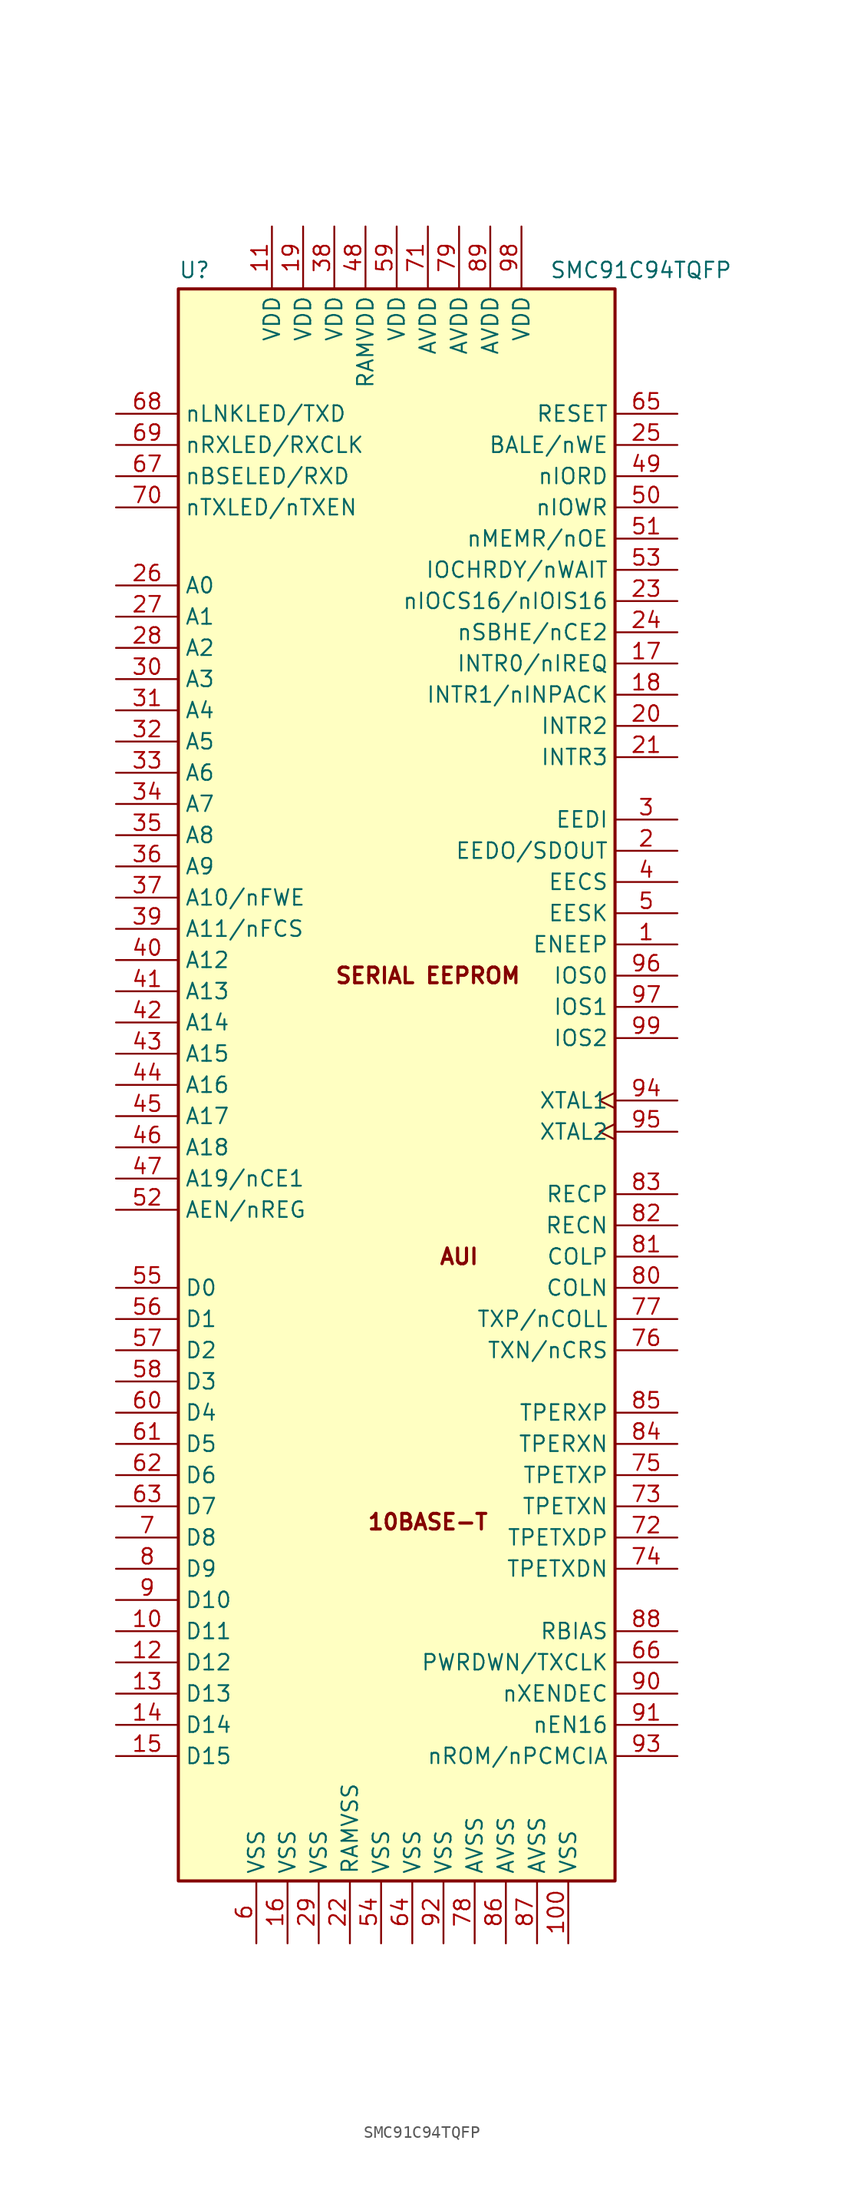
<source format=kicad_sym>
(kicad_symbol_lib
  (version 20231120)
  (generator "kicad_symbol_editor")
  (generator_version "8.0")
  (symbol "SMC91C94TQFP"
    (property "Reference" "U"
      (at -17.78 66.294 0)
      (effects (font (size 1.27 1.27)) (justify left)))
    (property "Value" "SMC91C94TQFP"
      (at 12.446 66.294 0)
      (effects (font (size 1.27 1.27)) (justify left)))
    (symbol "SMC91C94TQFP_0_0"
      (text "10BASE-T" (at 2.54 -35.56 0) (effects (font (size 1.27 1.27) (bold yes))))
      (text "AUI" (at 5.08 -13.97 0) (effects (font (size 1.27 1.27) (bold yes))))
      (text "SERIAL EEPROM" (at 2.54 8.89 0) (effects (font (size 1.27 1.27) (bold yes)))))
    (symbol "SMC91C94TQFP_0_1"
      (rectangle (start -17.78 -64.77) (end 17.78 64.77) (stroke (width 0.254) (type default)) (fill (type background))))
    (symbol "SMC91C94TQFP_1_1"
      (pin input line (at 22.86 11.43 180) (length 5.08) (name "ENEEP" (effects (font (size 1.27 1.27)))) (number "1" (effects (font (size 1.27 1.27)))))
      (pin bidirectional line (at -22.86 -44.45 0) (length 5.08) (name "D11" (effects (font (size 1.27 1.27)))) (number "10" (effects (font (size 1.27 1.27)))))
      (pin power_in line (at 13.97 -69.85 90) (length 5.08) (name "VSS" (effects (font (size 1.27 1.27)))) (number "100" (effects (font (size 1.27 1.27)))))
      (pin power_in line (at -10.16 69.85 270) (length 5.08) (name "VDD" (effects (font (size 1.27 1.27)))) (number "11" (effects (font (size 1.27 1.27)))))
      (pin bidirectional line (at -22.86 -46.99 0) (length 5.08) (name "D12" (effects (font (size 1.27 1.27)))) (number "12" (effects (font (size 1.27 1.27)))))
      (pin bidirectional line (at -22.86 -49.53 0) (length 5.08) (name "D13" (effects (font (size 1.27 1.27)))) (number "13" (effects (font (size 1.27 1.27)))))
      (pin bidirectional line (at -22.86 -52.07 0) (length 5.08) (name "D14" (effects (font (size 1.27 1.27)))) (number "14" (effects (font (size 1.27 1.27)))))
      (pin bidirectional line (at -22.86 -54.61 0) (length 5.08) (name "D15" (effects (font (size 1.27 1.27)))) (number "15" (effects (font (size 1.27 1.27)))))
      (pin power_in line (at -8.89 -69.85 90) (length 5.08) (name "VSS" (effects (font (size 1.27 1.27)))) (number "16" (effects (font (size 1.27 1.27)))))
      (pin output line (at 22.86 34.29 180) (length 5.08) (name "INTR0/nIREQ" (effects (font (size 1.27 1.27)))) (number "17" (effects (font (size 1.27 1.27)))))
      (pin output line (at 22.86 31.75 180) (length 5.08) (name "INTR1/nINPACK" (effects (font (size 1.27 1.27)))) (number "18" (effects (font (size 1.27 1.27)))))
      (pin power_in line (at -7.62 69.85 270) (length 5.08) (name "VDD" (effects (font (size 1.27 1.27)))) (number "19" (effects (font (size 1.27 1.27)))))
      (pin output line (at 22.86 19.05 180) (length 5.08) (name "EEDO/SDOUT" (effects (font (size 1.27 1.27)))) (number "2" (effects (font (size 1.27 1.27)))))
      (pin output line (at 22.86 29.21 180) (length 5.08) (name "INTR2" (effects (font (size 1.27 1.27)))) (number "20" (effects (font (size 1.27 1.27)))))
      (pin output line (at 22.86 26.67 180) (length 5.08) (name "INTR3" (effects (font (size 1.27 1.27)))) (number "21" (effects (font (size 1.27 1.27)))))
      (pin power_in line (at -3.81 -69.85 90) (length 5.08) (name "RAMVSS" (effects (font (size 1.27 1.27)))) (number "22" (effects (font (size 1.27 1.27)))))
      (pin output line (at 22.86 39.37 180) (length 5.08) (name "nIOCS16/nIOIS16" (effects (font (size 1.27 1.27)))) (number "23" (effects (font (size 1.27 1.27)))))
      (pin input line (at 22.86 36.83 180) (length 5.08) (name "nSBHE/nCE2" (effects (font (size 1.27 1.27)))) (number "24" (effects (font (size 1.27 1.27)))))
      (pin input line (at 22.86 52.07 180) (length 5.08) (name "BALE/nWE" (effects (font (size 1.27 1.27)))) (number "25" (effects (font (size 1.27 1.27)))))
      (pin input line (at -22.86 40.64 0) (length 5.08) (name "A0" (effects (font (size 1.27 1.27)))) (number "26" (effects (font (size 1.27 1.27)))))
      (pin input line (at -22.86 38.1 0) (length 5.08) (name "A1" (effects (font (size 1.27 1.27)))) (number "27" (effects (font (size 1.27 1.27)))))
      (pin input line (at -22.86 35.56 0) (length 5.08) (name "A2" (effects (font (size 1.27 1.27)))) (number "28" (effects (font (size 1.27 1.27)))))
      (pin power_in line (at -6.35 -69.85 90) (length 5.08) (name "VSS" (effects (font (size 1.27 1.27)))) (number "29" (effects (font (size 1.27 1.27)))))
      (pin input line (at 22.86 21.59 180) (length 5.08) (name "EEDI" (effects (font (size 1.27 1.27)))) (number "3" (effects (font (size 1.27 1.27)))))
      (pin input line (at -22.86 33.02 0) (length 5.08) (name "A3" (effects (font (size 1.27 1.27)))) (number "30" (effects (font (size 1.27 1.27)))))
      (pin input line (at -22.86 30.48 0) (length 5.08) (name "A4" (effects (font (size 1.27 1.27)))) (number "31" (effects (font (size 1.27 1.27)))))
      (pin input line (at -22.86 27.94 0) (length 5.08) (name "A5" (effects (font (size 1.27 1.27)))) (number "32" (effects (font (size 1.27 1.27)))))
      (pin input line (at -22.86 25.4 0) (length 5.08) (name "A6" (effects (font (size 1.27 1.27)))) (number "33" (effects (font (size 1.27 1.27)))))
      (pin input line (at -22.86 22.86 0) (length 5.08) (name "A7" (effects (font (size 1.27 1.27)))) (number "34" (effects (font (size 1.27 1.27)))))
      (pin input line (at -22.86 20.32 0) (length 5.08) (name "A8" (effects (font (size 1.27 1.27)))) (number "35" (effects (font (size 1.27 1.27)))))
      (pin input line (at -22.86 17.78 0) (length 5.08) (name "A9" (effects (font (size 1.27 1.27)))) (number "36" (effects (font (size 1.27 1.27)))))
      (pin bidirectional line (at -22.86 15.24 0) (length 5.08) (name "A10/nFWE" (effects (font (size 1.27 1.27)))) (number "37" (effects (font (size 1.27 1.27)))))
      (pin power_in line (at -5.08 69.85 270) (length 5.08) (name "VDD" (effects (font (size 1.27 1.27)))) (number "38" (effects (font (size 1.27 1.27)))))
      (pin bidirectional line (at -22.86 12.7 0) (length 5.08) (name "A11/nFCS" (effects (font (size 1.27 1.27)))) (number "39" (effects (font (size 1.27 1.27)))))
      (pin output line (at 22.86 16.51 180) (length 5.08) (name "EECS" (effects (font (size 1.27 1.27)))) (number "4" (effects (font (size 1.27 1.27)))))
      (pin input line (at -22.86 10.16 0) (length 5.08) (name "A12" (effects (font (size 1.27 1.27)))) (number "40" (effects (font (size 1.27 1.27)))))
      (pin input line (at -22.86 7.62 0) (length 5.08) (name "A13" (effects (font (size 1.27 1.27)))) (number "41" (effects (font (size 1.27 1.27)))))
      (pin input line (at -22.86 5.08 0) (length 5.08) (name "A14" (effects (font (size 1.27 1.27)))) (number "42" (effects (font (size 1.27 1.27)))))
      (pin input line (at -22.86 2.54 0) (length 5.08) (name "A15" (effects (font (size 1.27 1.27)))) (number "43" (effects (font (size 1.27 1.27)))))
      (pin input line (at -22.86 0 0) (length 5.08) (name "A16" (effects (font (size 1.27 1.27)))) (number "44" (effects (font (size 1.27 1.27)))))
      (pin input line (at -22.86 -2.54 0) (length 5.08) (name "A17" (effects (font (size 1.27 1.27)))) (number "45" (effects (font (size 1.27 1.27)))))
      (pin input line (at -22.86 -5.08 0) (length 5.08) (name "A18" (effects (font (size 1.27 1.27)))) (number "46" (effects (font (size 1.27 1.27)))))
      (pin input line (at -22.86 -7.62 0) (length 5.08) (name "A19/nCE1" (effects (font (size 1.27 1.27)))) (number "47" (effects (font (size 1.27 1.27)))))
      (pin power_in line (at -2.54 69.85 270) (length 5.08) (name "RAMVDD" (effects (font (size 1.27 1.27)))) (number "48" (effects (font (size 1.27 1.27)))))
      (pin input line (at 22.86 49.53 180) (length 5.08) (name "nIORD" (effects (font (size 1.27 1.27)))) (number "49" (effects (font (size 1.27 1.27)))))
      (pin output line (at 22.86 13.97 180) (length 5.08) (name "EESK" (effects (font (size 1.27 1.27)))) (number "5" (effects (font (size 1.27 1.27)))))
      (pin input line (at 22.86 46.99 180) (length 5.08) (name "nIOWR" (effects (font (size 1.27 1.27)))) (number "50" (effects (font (size 1.27 1.27)))))
      (pin input line (at 22.86 44.45 180) (length 5.08) (name "nMEMR/nOE" (effects (font (size 1.27 1.27)))) (number "51" (effects (font (size 1.27 1.27)))))
      (pin input line (at -22.86 -10.16 0) (length 5.08) (name "AEN/nREG" (effects (font (size 1.27 1.27)))) (number "52" (effects (font (size 1.27 1.27)))))
      (pin output line (at 22.86 41.91 180) (length 5.08) (name "IOCHRDY/nWAIT" (effects (font (size 1.27 1.27)))) (number "53" (effects (font (size 1.27 1.27)))))
      (pin power_in line (at -1.27 -69.85 90) (length 5.08) (name "VSS" (effects (font (size 1.27 1.27)))) (number "54" (effects (font (size 1.27 1.27)))))
      (pin bidirectional line (at -22.86 -16.51 0) (length 5.08) (name "D0" (effects (font (size 1.27 1.27)))) (number "55" (effects (font (size 1.27 1.27)))))
      (pin bidirectional line (at -22.86 -19.05 0) (length 5.08) (name "D1" (effects (font (size 1.27 1.27)))) (number "56" (effects (font (size 1.27 1.27)))))
      (pin bidirectional line (at -22.86 -21.59 0) (length 5.08) (name "D2" (effects (font (size 1.27 1.27)))) (number "57" (effects (font (size 1.27 1.27)))))
      (pin bidirectional line (at -22.86 -24.13 0) (length 5.08) (name "D3" (effects (font (size 1.27 1.27)))) (number "58" (effects (font (size 1.27 1.27)))))
      (pin power_in line (at 0 69.85 270) (length 5.08) (name "VDD" (effects (font (size 1.27 1.27)))) (number "59" (effects (font (size 1.27 1.27)))))
      (pin power_in line (at -11.43 -69.85 90) (length 5.08) (name "VSS" (effects (font (size 1.27 1.27)))) (number "6" (effects (font (size 1.27 1.27)))))
      (pin bidirectional line (at -22.86 -26.67 0) (length 5.08) (name "D4" (effects (font (size 1.27 1.27)))) (number "60" (effects (font (size 1.27 1.27)))))
      (pin bidirectional line (at -22.86 -29.21 0) (length 5.08) (name "D5" (effects (font (size 1.27 1.27)))) (number "61" (effects (font (size 1.27 1.27)))))
      (pin bidirectional line (at -22.86 -31.75 0) (length 5.08) (name "D6" (effects (font (size 1.27 1.27)))) (number "62" (effects (font (size 1.27 1.27)))))
      (pin bidirectional line (at -22.86 -34.29 0) (length 5.08) (name "D7" (effects (font (size 1.27 1.27)))) (number "63" (effects (font (size 1.27 1.27)))))
      (pin power_in line (at 1.27 -69.85 90) (length 5.08) (name "VSS" (effects (font (size 1.27 1.27)))) (number "64" (effects (font (size 1.27 1.27)))))
      (pin input line (at 22.86 54.61 180) (length 5.08) (name "RESET" (effects (font (size 1.27 1.27)))) (number "65" (effects (font (size 1.27 1.27)))))
      (pin input line (at 22.86 -46.99 180) (length 5.08) (name "PWRDWN/TXCLK" (effects (font (size 1.27 1.27)))) (number "66" (effects (font (size 1.27 1.27)))))
      (pin bidirectional line (at -22.86 49.53 0) (length 5.08) (name "nBSELED/RXD" (effects (font (size 1.27 1.27)))) (number "67" (effects (font (size 1.27 1.27)))))
      (pin output line (at -22.86 54.61 0) (length 5.08) (name "nLNKLED/TXD" (effects (font (size 1.27 1.27)))) (number "68" (effects (font (size 1.27 1.27)))))
      (pin bidirectional line (at -22.86 52.07 0) (length 5.08) (name "nRXLED/RXCLK" (effects (font (size 1.27 1.27)))) (number "69" (effects (font (size 1.27 1.27)))))
      (pin bidirectional line (at -22.86 -36.83 0) (length 5.08) (name "D8" (effects (font (size 1.27 1.27)))) (number "7" (effects (font (size 1.27 1.27)))))
      (pin output line (at -22.86 46.99 0) (length 5.08) (name "nTXLED/nTXEN" (effects (font (size 1.27 1.27)))) (number "70" (effects (font (size 1.27 1.27)))))
      (pin power_in line (at 2.54 69.85 270) (length 5.08) (name "AVDD" (effects (font (size 1.27 1.27)))) (number "71" (effects (font (size 1.27 1.27)))))
      (pin output line (at 22.86 -36.83 180) (length 5.08) (name "TPETXDP" (effects (font (size 1.27 1.27)))) (number "72" (effects (font (size 1.27 1.27)))))
      (pin output line (at 22.86 -34.29 180) (length 5.08) (name "TPETXN" (effects (font (size 1.27 1.27)))) (number "73" (effects (font (size 1.27 1.27)))))
      (pin output line (at 22.86 -39.37 180) (length 5.08) (name "TPETXDN" (effects (font (size 1.27 1.27)))) (number "74" (effects (font (size 1.27 1.27)))))
      (pin output line (at 22.86 -31.75 180) (length 5.08) (name "TPETXP" (effects (font (size 1.27 1.27)))) (number "75" (effects (font (size 1.27 1.27)))))
      (pin bidirectional line (at 22.86 -21.59 180) (length 5.08) (name "TXN/nCRS" (effects (font (size 1.27 1.27)))) (number "76" (effects (font (size 1.27 1.27)))))
      (pin bidirectional line (at 22.86 -19.05 180) (length 5.08) (name "TXP/nCOLL" (effects (font (size 1.27 1.27)))) (number "77" (effects (font (size 1.27 1.27)))))
      (pin power_in line (at 6.35 -69.85 90) (length 5.08) (name "AVSS" (effects (font (size 1.27 1.27)))) (number "78" (effects (font (size 1.27 1.27)))))
      (pin power_in line (at 5.08 69.85 270) (length 5.08) (name "AVDD" (effects (font (size 1.27 1.27)))) (number "79" (effects (font (size 1.27 1.27)))))
      (pin bidirectional line (at -22.86 -39.37 0) (length 5.08) (name "D9" (effects (font (size 1.27 1.27)))) (number "8" (effects (font (size 1.27 1.27)))))
      (pin input line (at 22.86 -16.51 180) (length 5.08) (name "COLN" (effects (font (size 1.27 1.27)))) (number "80" (effects (font (size 1.27 1.27)))))
      (pin input line (at 22.86 -13.97 180) (length 5.08) (name "COLP" (effects (font (size 1.27 1.27)))) (number "81" (effects (font (size 1.27 1.27)))))
      (pin input line (at 22.86 -11.43 180) (length 5.08) (name "RECN" (effects (font (size 1.27 1.27)))) (number "82" (effects (font (size 1.27 1.27)))))
      (pin input line (at 22.86 -8.89 180) (length 5.08) (name "RECP" (effects (font (size 1.27 1.27)))) (number "83" (effects (font (size 1.27 1.27)))))
      (pin input line (at 22.86 -29.21 180) (length 5.08) (name "TPERXN" (effects (font (size 1.27 1.27)))) (number "84" (effects (font (size 1.27 1.27)))))
      (pin input line (at 22.86 -26.67 180) (length 5.08) (name "TPERXP" (effects (font (size 1.27 1.27)))) (number "85" (effects (font (size 1.27 1.27)))))
      (pin bidirectional line (at 8.89 -69.85 90) (length 5.08) (name "AVSS" (effects (font (size 1.27 1.27)))) (number "86" (effects (font (size 1.27 1.27)))))
      (pin power_in line (at 11.43 -69.85 90) (length 5.08) (name "AVSS" (effects (font (size 1.27 1.27)))) (number "87" (effects (font (size 1.27 1.27)))))
      (pin power_in line (at 22.86 -44.45 180) (length 5.08) (name "RBIAS" (effects (font (size 1.27 1.27)))) (number "88" (effects (font (size 1.27 1.27)))))
      (pin power_in line (at 7.62 69.85 270) (length 5.08) (name "AVDD" (effects (font (size 1.27 1.27)))) (number "89" (effects (font (size 1.27 1.27)))))
      (pin bidirectional line (at -22.86 -41.91 0) (length 5.08) (name "D10" (effects (font (size 1.27 1.27)))) (number "9" (effects (font (size 1.27 1.27)))))
      (pin input line (at 22.86 -49.53 180) (length 5.08) (name "nXENDEC" (effects (font (size 1.27 1.27)))) (number "90" (effects (font (size 1.27 1.27)))))
      (pin input line (at 22.86 -52.07 180) (length 5.08) (name "nEN16" (effects (font (size 1.27 1.27)))) (number "91" (effects (font (size 1.27 1.27)))))
      (pin power_in line (at 3.81 -69.85 90) (length 5.08) (name "VSS" (effects (font (size 1.27 1.27)))) (number "92" (effects (font (size 1.27 1.27)))))
      (pin bidirectional line (at 22.86 -54.61 180) (length 5.08) (name "nROM/nPCMCIA" (effects (font (size 1.27 1.27)))) (number "93" (effects (font (size 1.27 1.27)))))
      (pin input clock (at 22.86 -1.27 180) (length 5.08) (name "XTAL1" (effects (font (size 1.27 1.27)))) (number "94" (effects (font (size 1.27 1.27)))))
      (pin input clock (at 22.86 -3.81 180) (length 5.08) (name "XTAL2" (effects (font (size 1.27 1.27)))) (number "95" (effects (font (size 1.27 1.27)))))
      (pin input line (at 22.86 8.89 180) (length 5.08) (name "IOS0" (effects (font (size 1.27 1.27)))) (number "96" (effects (font (size 1.27 1.27)))))
      (pin input line (at 22.86 6.35 180) (length 5.08) (name "IOS1" (effects (font (size 1.27 1.27)))) (number "97" (effects (font (size 1.27 1.27)))))
      (pin power_in line (at 10.16 69.85 270) (length 5.08) (name "VDD" (effects (font (size 1.27 1.27)))) (number "98" (effects (font (size 1.27 1.27)))))
      (pin input line (at 22.86 3.81 180) (length 5.08) (name "IOS2" (effects (font (size 1.27 1.27)))) (number "99" (effects (font (size 1.27 1.27))))))))
</source>
